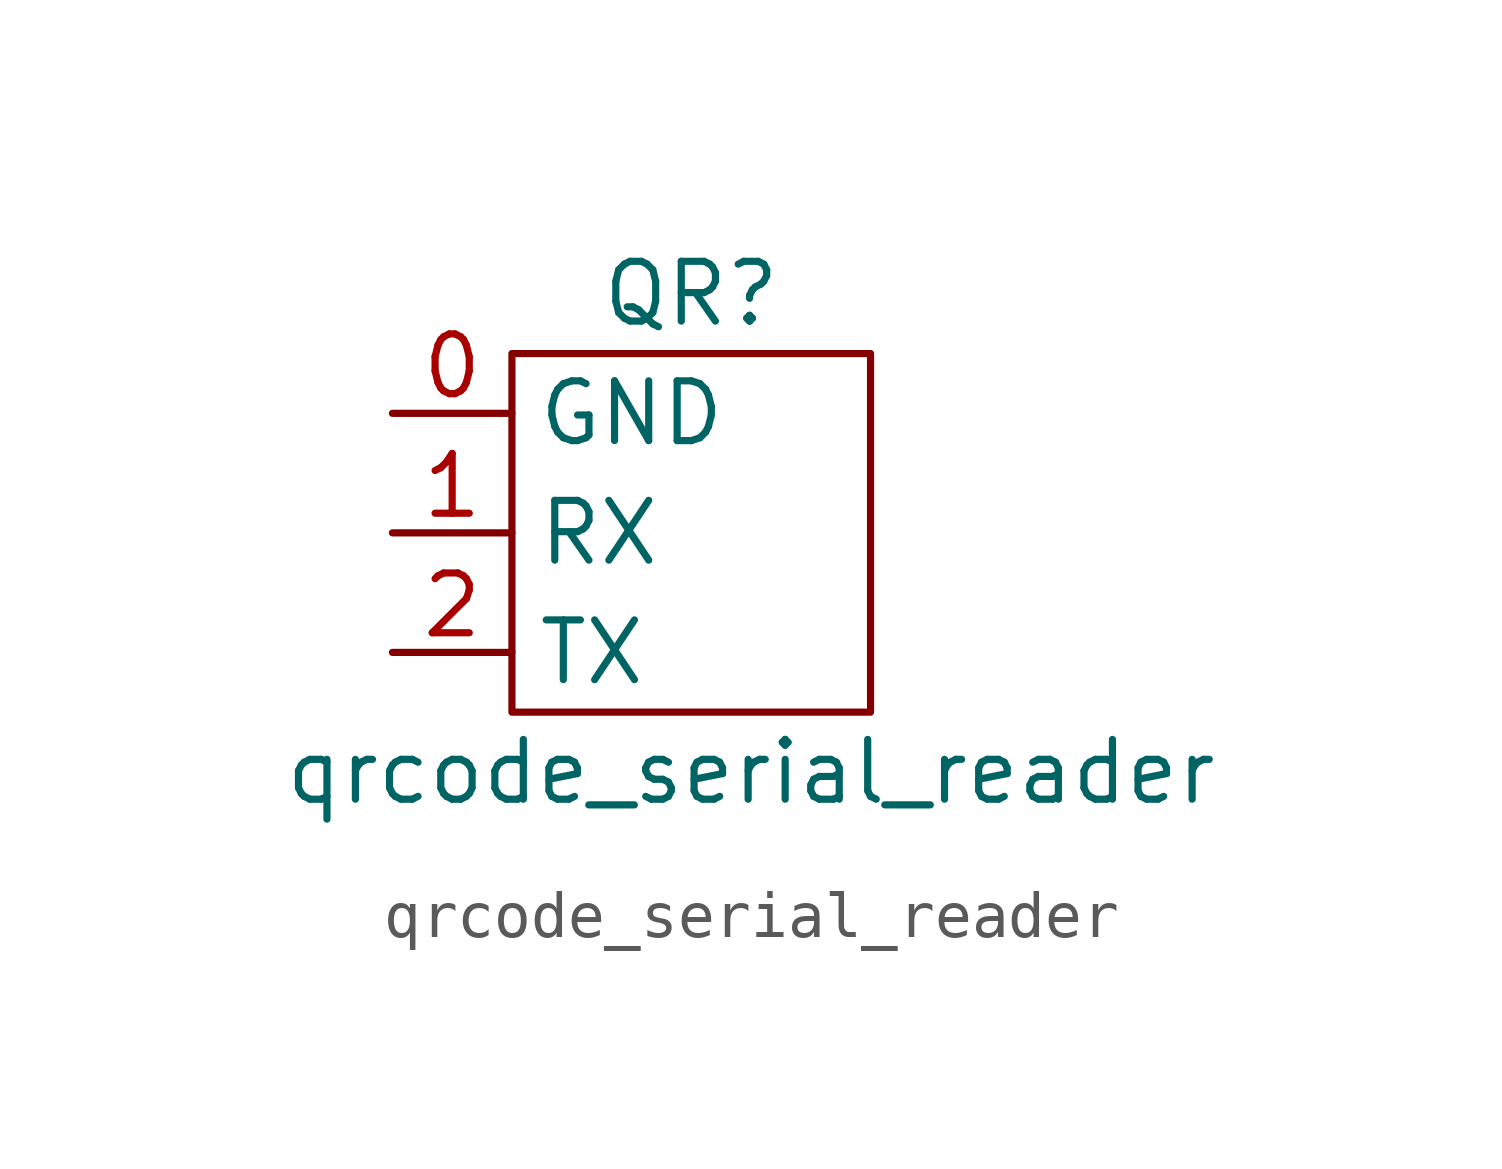
<source format=kicad_sym>
(kicad_symbol_lib
  (version 20211014)
  (generator kicad_symbol_editor)
  (symbol "qrcode_serial_reader"
    (property "Reference" "QR"
      (at 0 5.08 0)
      (effects (font (size 1.27 1.27))))
    (property "Value" "qrcode_serial_reader"
      (at 1.27 -5.08 0)
      (effects (font (size 1.27 1.27))))
    (symbol "qrcode_serial_reader_0_1"
      (rectangle (start -3.81 3.81) (end 3.81 -3.81) (stroke (width 0) (type default) (color 0 0 0 0)) (fill (type none))))
    (symbol "qrcode_serial_reader_1_1"
      (pin input line (at -6.35 2.54 0) (length 2.54) (name "GND" (effects (font (size 1.27 1.27)))) (number "0" (effects (font (size 1.27 1.27)))))
      (pin input line (at -6.35 0 0) (length 2.54) (name "RX" (effects (font (size 1.27 1.27)))) (number "1" (effects (font (size 1.27 1.27)))))
      (pin input line (at -6.35 -2.54 0) (length 2.54) (name "TX" (effects (font (size 1.27 1.27)))) (number "2" (effects (font (size 1.27 1.27))))))))
</source>
